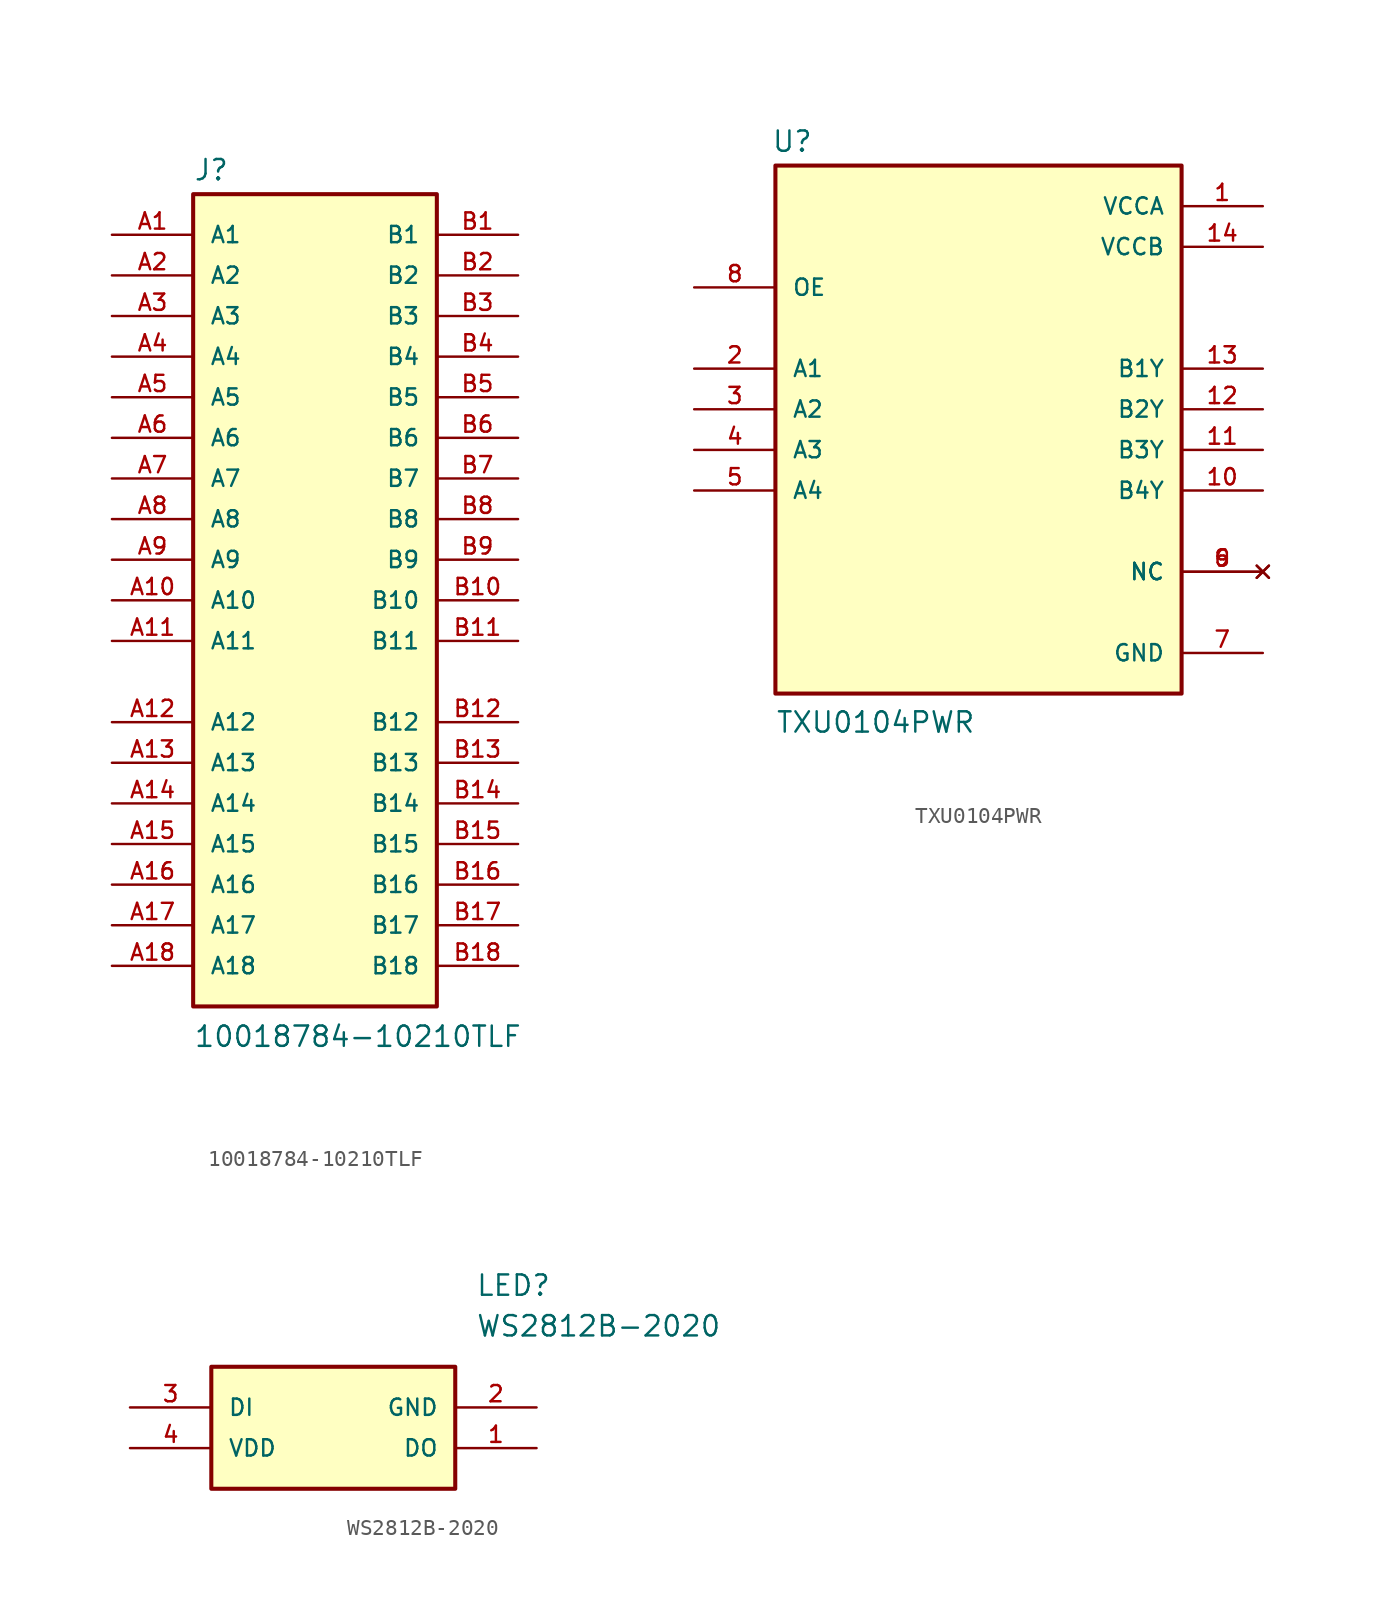
<source format=kicad_sym>
(kicad_symbol_lib
  (version 20231120)
  (generator "kicad_symbol_editor")
  (generator_version "8.0")
  (symbol "10018784-10210TLF"
    (pin_names
      (offset 1.016))
    (property "Reference" "J"
      (at -7.611 26.168 0)
      (effects (font (size 1.27 1.27)) (justify left bottom)))
    (property "Value" "10018784-10210TLF"
      (at -7.611 -28.025 0)
      (effects (font (size 1.27 1.27)) (justify left bottom)))
    (symbol "10018784-10210TLF_0_0"
      (rectangle (start -7.62 -25.4) (end 7.62 25.4) (stroke (width 0.254) (type default)) (fill (type background)))
      (pin passive line (at -12.7 22.86 0) (length 5.08) (name "A1" (effects (font (size 1.016 1.016)))) (number "A1" (effects (font (size 1.016 1.016)))))
      (pin passive line (at -12.7 0 0) (length 5.08) (name "A10" (effects (font (size 1.016 1.016)))) (number "A10" (effects (font (size 1.016 1.016)))))
      (pin passive line (at -12.7 -2.54 0) (length 5.08) (name "A11" (effects (font (size 1.016 1.016)))) (number "A11" (effects (font (size 1.016 1.016)))))
      (pin passive line (at -12.7 -7.62 0) (length 5.08) (name "A12" (effects (font (size 1.016 1.016)))) (number "A12" (effects (font (size 1.016 1.016)))))
      (pin passive line (at -12.7 -10.16 0) (length 5.08) (name "A13" (effects (font (size 1.016 1.016)))) (number "A13" (effects (font (size 1.016 1.016)))))
      (pin passive line (at -12.7 -12.7 0) (length 5.08) (name "A14" (effects (font (size 1.016 1.016)))) (number "A14" (effects (font (size 1.016 1.016)))))
      (pin passive line (at -12.7 -15.24 0) (length 5.08) (name "A15" (effects (font (size 1.016 1.016)))) (number "A15" (effects (font (size 1.016 1.016)))))
      (pin passive line (at -12.7 -17.78 0) (length 5.08) (name "A16" (effects (font (size 1.016 1.016)))) (number "A16" (effects (font (size 1.016 1.016)))))
      (pin passive line (at -12.7 -20.32 0) (length 5.08) (name "A17" (effects (font (size 1.016 1.016)))) (number "A17" (effects (font (size 1.016 1.016)))))
      (pin passive line (at -12.7 -22.86 0) (length 5.08) (name "A18" (effects (font (size 1.016 1.016)))) (number "A18" (effects (font (size 1.016 1.016)))))
      (pin passive line (at -12.7 20.32 0) (length 5.08) (name "A2" (effects (font (size 1.016 1.016)))) (number "A2" (effects (font (size 1.016 1.016)))))
      (pin passive line (at -12.7 17.78 0) (length 5.08) (name "A3" (effects (font (size 1.016 1.016)))) (number "A3" (effects (font (size 1.016 1.016)))))
      (pin passive line (at -12.7 15.24 0) (length 5.08) (name "A4" (effects (font (size 1.016 1.016)))) (number "A4" (effects (font (size 1.016 1.016)))))
      (pin passive line (at -12.7 12.7 0) (length 5.08) (name "A5" (effects (font (size 1.016 1.016)))) (number "A5" (effects (font (size 1.016 1.016)))))
      (pin passive line (at -12.7 10.16 0) (length 5.08) (name "A6" (effects (font (size 1.016 1.016)))) (number "A6" (effects (font (size 1.016 1.016)))))
      (pin passive line (at -12.7 7.62 0) (length 5.08) (name "A7" (effects (font (size 1.016 1.016)))) (number "A7" (effects (font (size 1.016 1.016)))))
      (pin passive line (at -12.7 5.08 0) (length 5.08) (name "A8" (effects (font (size 1.016 1.016)))) (number "A8" (effects (font (size 1.016 1.016)))))
      (pin passive line (at -12.7 2.54 0) (length 5.08) (name "A9" (effects (font (size 1.016 1.016)))) (number "A9" (effects (font (size 1.016 1.016)))))
      (pin passive line (at 12.7 22.86 180) (length 5.08) (name "B1" (effects (font (size 1.016 1.016)))) (number "B1" (effects (font (size 1.016 1.016)))))
      (pin passive line (at 12.7 0 180) (length 5.08) (name "B10" (effects (font (size 1.016 1.016)))) (number "B10" (effects (font (size 1.016 1.016)))))
      (pin passive line (at 12.7 -2.54 180) (length 5.08) (name "B11" (effects (font (size 1.016 1.016)))) (number "B11" (effects (font (size 1.016 1.016)))))
      (pin passive line (at 12.7 -7.62 180) (length 5.08) (name "B12" (effects (font (size 1.016 1.016)))) (number "B12" (effects (font (size 1.016 1.016)))))
      (pin passive line (at 12.7 -10.16 180) (length 5.08) (name "B13" (effects (font (size 1.016 1.016)))) (number "B13" (effects (font (size 1.016 1.016)))))
      (pin passive line (at 12.7 -12.7 180) (length 5.08) (name "B14" (effects (font (size 1.016 1.016)))) (number "B14" (effects (font (size 1.016 1.016)))))
      (pin passive line (at 12.7 -15.24 180) (length 5.08) (name "B15" (effects (font (size 1.016 1.016)))) (number "B15" (effects (font (size 1.016 1.016)))))
      (pin passive line (at 12.7 -17.78 180) (length 5.08) (name "B16" (effects (font (size 1.016 1.016)))) (number "B16" (effects (font (size 1.016 1.016)))))
      (pin passive line (at 12.7 -20.32 180) (length 5.08) (name "B17" (effects (font (size 1.016 1.016)))) (number "B17" (effects (font (size 1.016 1.016)))))
      (pin passive line (at 12.7 -22.86 180) (length 5.08) (name "B18" (effects (font (size 1.016 1.016)))) (number "B18" (effects (font (size 1.016 1.016)))))
      (pin passive line (at 12.7 20.32 180) (length 5.08) (name "B2" (effects (font (size 1.016 1.016)))) (number "B2" (effects (font (size 1.016 1.016)))))
      (pin passive line (at 12.7 17.78 180) (length 5.08) (name "B3" (effects (font (size 1.016 1.016)))) (number "B3" (effects (font (size 1.016 1.016)))))
      (pin passive line (at 12.7 15.24 180) (length 5.08) (name "B4" (effects (font (size 1.016 1.016)))) (number "B4" (effects (font (size 1.016 1.016)))))
      (pin passive line (at 12.7 12.7 180) (length 5.08) (name "B5" (effects (font (size 1.016 1.016)))) (number "B5" (effects (font (size 1.016 1.016)))))
      (pin passive line (at 12.7 10.16 180) (length 5.08) (name "B6" (effects (font (size 1.016 1.016)))) (number "B6" (effects (font (size 1.016 1.016)))))
      (pin passive line (at 12.7 7.62 180) (length 5.08) (name "B7" (effects (font (size 1.016 1.016)))) (number "B7" (effects (font (size 1.016 1.016)))))
      (pin passive line (at 12.7 5.08 180) (length 5.08) (name "B8" (effects (font (size 1.016 1.016)))) (number "B8" (effects (font (size 1.016 1.016)))))
      (pin passive line (at 12.7 2.54 180) (length 5.08) (name "B9" (effects (font (size 1.016 1.016)))) (number "B9" (effects (font (size 1.016 1.016)))))))
  (symbol "TXU0104PWR"
    (pin_names
      (offset 1.016))
    (property "Reference" "U"
      (at -12.954 16.002 0)
      (effects (font (size 1.27 1.27)) (justify left bottom)))
    (property "Value" "TXU0104PWR"
      (at -12.7 -20.32 0)
      (effects (font (size 1.27 1.27)) (justify left bottom)))
    (symbol "TXU0104PWR_0_0"
      (rectangle (start -12.7 -17.78) (end 12.7 15.24) (stroke (width 0.254) (type default)) (fill (type background)))
      (pin power_in line (at 17.78 12.7 180) (length 5.08) (name "VCCA" (effects (font (size 1.016 1.016)))) (number "1" (effects (font (size 1.016 1.016)))))
      (pin output line (at 17.78 -5.08 180) (length 5.08) (name "B4Y" (effects (font (size 1.016 1.016)))) (number "10" (effects (font (size 1.016 1.016)))))
      (pin output line (at 17.78 -2.54 180) (length 5.08) (name "B3Y" (effects (font (size 1.016 1.016)))) (number "11" (effects (font (size 1.016 1.016)))))
      (pin output line (at 17.78 0 180) (length 5.08) (name "B2Y" (effects (font (size 1.016 1.016)))) (number "12" (effects (font (size 1.016 1.016)))))
      (pin output line (at 17.78 2.54 180) (length 5.08) (name "B1Y" (effects (font (size 1.016 1.016)))) (number "13" (effects (font (size 1.016 1.016)))))
      (pin power_in line (at 17.78 10.16 180) (length 5.08) (name "VCCB" (effects (font (size 1.016 1.016)))) (number "14" (effects (font (size 1.016 1.016)))))
      (pin input line (at -17.78 2.54 0) (length 5.08) (name "A1" (effects (font (size 1.016 1.016)))) (number "2" (effects (font (size 1.016 1.016)))))
      (pin input line (at -17.78 0 0) (length 5.08) (name "A2" (effects (font (size 1.016 1.016)))) (number "3" (effects (font (size 1.016 1.016)))))
      (pin input line (at -17.78 -2.54 0) (length 5.08) (name "A3" (effects (font (size 1.016 1.016)))) (number "4" (effects (font (size 1.016 1.016)))))
      (pin input line (at -17.78 -5.08 0) (length 5.08) (name "A4" (effects (font (size 1.016 1.016)))) (number "5" (effects (font (size 1.016 1.016)))))
      (pin no_connect line (at 17.78 -10.16 180) (length 5.08) (name "NC" (effects (font (size 1.016 1.016)))) (number "6" (effects (font (size 1.016 1.016)))))
      (pin power_in line (at 17.78 -15.24 180) (length 5.08) (name "GND" (effects (font (size 1.016 1.016)))) (number "7" (effects (font (size 1.016 1.016)))))
      (pin input line (at -17.78 7.62 0) (length 5.08) (name "OE" (effects (font (size 1.016 1.016)))) (number "8" (effects (font (size 1.016 1.016)))))
      (pin no_connect line (at 17.78 -10.16 180) (length 5.08) (name "NC" (effects (font (size 1.016 1.016)))) (number "9" (effects (font (size 1.016 1.016)))))))
  (symbol "WS2812B-2020"
    (pin_names
      (offset 1.016))
    (property "Reference" "LED"
      (at 21.59 7.62 0)
      (effects (font (size 1.27 1.27)) (justify left)))
    (property "Value" "WS2812B-2020"
      (at 21.59 5.08 0)
      (effects (font (size 1.27 1.27)) (justify left)))
    (symbol "WS2812B-2020_0_0"
      (rectangle (start 5.08 -5.08) (end 20.32 2.54) (stroke (width 0.254) (type default)) (fill (type background)))
      (pin bidirectional line (at 25.4 -2.54 180) (length 5.08) (name "DO" (effects (font (size 1.016 1.016)))) (number "1" (effects (font (size 1.016 1.016)))))
      (pin bidirectional line (at 25.4 0 180) (length 5.08) (name "GND" (effects (font (size 1.016 1.016)))) (number "2" (effects (font (size 1.016 1.016)))))
      (pin bidirectional line (at 0 0 0) (length 5.08) (name "DI" (effects (font (size 1.016 1.016)))) (number "3" (effects (font (size 1.016 1.016)))))
      (pin bidirectional line (at 0 -2.54 0) (length 5.08) (name "VDD" (effects (font (size 1.016 1.016)))) (number "4" (effects (font (size 1.016 1.016))))))))
</source>
